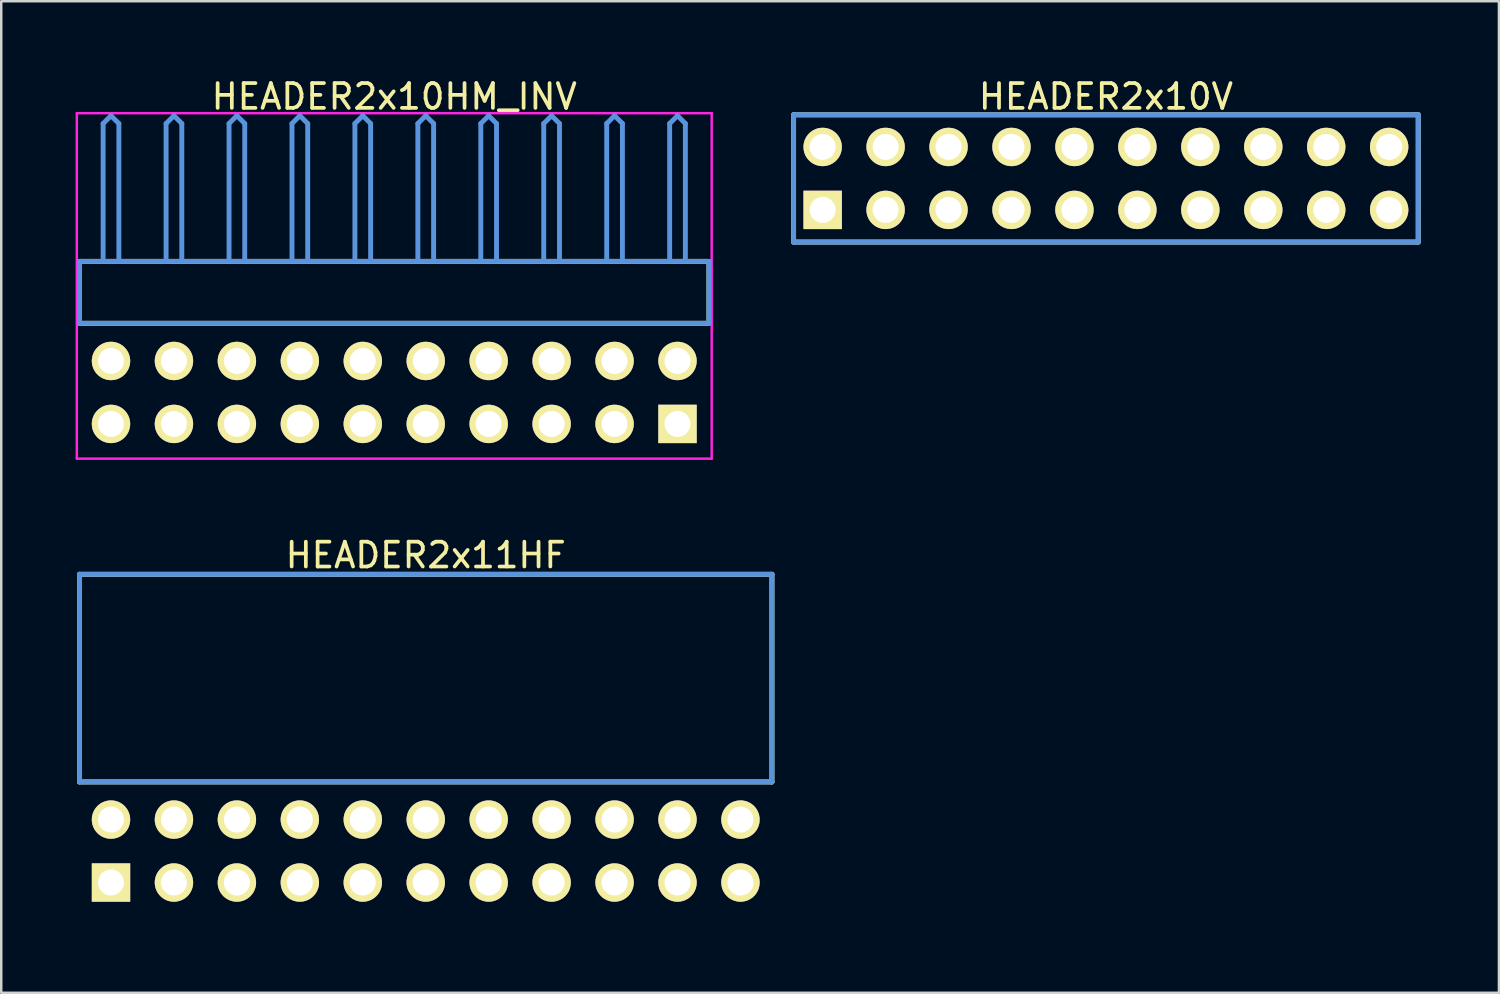
<source format=kicad_pcb>
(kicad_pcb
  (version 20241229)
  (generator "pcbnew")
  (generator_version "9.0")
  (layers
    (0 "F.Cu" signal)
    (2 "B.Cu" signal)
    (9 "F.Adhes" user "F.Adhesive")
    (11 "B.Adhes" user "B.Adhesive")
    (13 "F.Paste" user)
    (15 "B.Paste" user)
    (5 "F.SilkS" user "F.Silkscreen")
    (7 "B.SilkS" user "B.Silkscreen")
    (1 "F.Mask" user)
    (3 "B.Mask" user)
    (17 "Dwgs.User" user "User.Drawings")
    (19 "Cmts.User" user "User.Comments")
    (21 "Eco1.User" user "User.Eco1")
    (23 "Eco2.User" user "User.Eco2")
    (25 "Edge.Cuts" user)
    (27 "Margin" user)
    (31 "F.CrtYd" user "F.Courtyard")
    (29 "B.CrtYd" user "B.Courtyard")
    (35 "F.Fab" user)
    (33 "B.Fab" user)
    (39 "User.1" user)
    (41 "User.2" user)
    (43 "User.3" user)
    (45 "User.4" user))
  (footprint "HEADER2x11HF"
    (layer "F.Cu")
    (at 1.429 32.562)
    (property "Reference" "HEADER2x11HF" (at 12.7 -13.208 0) (layer "F.SilkS") (effects (font (size 1.001 1.001) (thickness 0.15))))
    (attr through_hole)
    (fp_line (start -1.27 -12.438) (end -1.27 -4.059) (stroke (width 0.198) (type solid)) (layer "F.SilkS"))
    (fp_line (start -1.27 -4.059) (end 26.67 -4.059) (stroke (width 0.198) (type solid)) (layer "F.SilkS"))
    (fp_line (start 26.67 -12.438) (end -1.27 -12.438) (stroke (width 0.198) (type solid)) (layer "F.SilkS"))
    (fp_line (start 26.67 -4.059) (end 26.67 -12.438) (stroke (width 0.198) (type solid)) (layer "F.SilkS"))
    (fp_line (start -1.27 -12.438) (end -1.27 -4.059) (stroke (width 0.198) (type solid)) (layer "Cmts.User"))
    (fp_line (start -1.27 -4.059) (end 26.67 -4.059) (stroke (width 0.198) (type solid)) (layer "Cmts.User"))
    (fp_line (start 26.67 -12.438) (end -1.27 -12.438) (stroke (width 0.198) (type solid)) (layer "Cmts.User"))
    (fp_line (start 26.67 -4.059) (end 26.67 -12.438) (stroke (width 0.198) (type solid)) (layer "Cmts.User"))
    (fp_line (start -1.379 -12.54) (end 26.779 -12.54) (stroke (width 0.099) (type solid)) (layer "Eco1.User"))
    (fp_line (start -1.379 1.4) (end -1.379 -12.54) (stroke (width 0.099) (type solid)) (layer "Eco1.User"))
    (fp_line (start 26.779 -12.54) (end 26.779 1.4) (stroke (width 0.099) (type solid)) (layer "Eco1.User"))
    (fp_line (start 26.779 1.4) (end -1.379 1.4) (stroke (width 0.099) (type solid)) (layer "Eco1.User"))
    (pad "1" thru_hole rect (at 0 0) (size 1.549 1.549) (drill 1.049) (layers "*.Cu" "*.Mask" "F.SilkS"))
    (pad "2" thru_hole circle (at 0 -2.54) (size 1.549 1.549) (drill 1.049) (layers "*.Cu" "*.Mask" "F.SilkS"))
    (pad "3" thru_hole circle (at 2.54 0) (size 1.549 1.549) (drill 1.049) (layers "*.Cu" "*.Mask" "F.SilkS"))
    (pad "4" thru_hole circle (at 2.54 -2.54) (size 1.549 1.549) (drill 1.049) (layers "*.Cu" "*.Mask" "F.SilkS"))
    (pad "5" thru_hole circle (at 5.08 0) (size 1.549 1.549) (drill 1.049) (layers "*.Cu" "*.Mask" "F.SilkS"))
    (pad "6" thru_hole circle (at 5.08 -2.54) (size 1.549 1.549) (drill 1.049) (layers "*.Cu" "*.Mask" "F.SilkS"))
    (pad "7" thru_hole circle (at 7.62 0) (size 1.549 1.549) (drill 1.049) (layers "*.Cu" "*.Mask" "F.SilkS"))
    (pad "8" thru_hole circle (at 7.62 -2.54) (size 1.549 1.549) (drill 1.049) (layers "*.Cu" "*.Mask" "F.SilkS"))
    (pad "9" thru_hole circle (at 10.16 0) (size 1.549 1.549) (drill 1.049) (layers "*.Cu" "*.Mask" "F.SilkS"))
    (pad "10" thru_hole circle (at 10.16 -2.54) (size 1.549 1.549) (drill 1.049) (layers "*.Cu" "*.Mask" "F.SilkS"))
    (pad "11" thru_hole circle (at 12.7 0) (size 1.549 1.549) (drill 1.049) (layers "*.Cu" "*.Mask" "F.SilkS"))
    (pad "12" thru_hole circle (at 12.7 -2.54) (size 1.549 1.549) (drill 1.049) (layers "*.Cu" "*.Mask" "F.SilkS"))
    (pad "13" thru_hole circle (at 15.24 0) (size 1.549 1.549) (drill 1.049) (layers "*.Cu" "*.Mask" "F.SilkS"))
    (pad "14" thru_hole circle (at 15.24 -2.54) (size 1.549 1.549) (drill 1.049) (layers "*.Cu" "*.Mask" "F.SilkS"))
    (pad "15" thru_hole circle (at 17.78 0) (size 1.549 1.549) (drill 1.049) (layers "*.Cu" "*.Mask" "F.SilkS"))
    (pad "16" thru_hole circle (at 17.78 -2.54) (size 1.549 1.549) (drill 1.049) (layers "*.Cu" "*.Mask" "F.SilkS"))
    (pad "17" thru_hole circle (at 20.32 0) (size 1.549 1.549) (drill 1.049) (layers "*.Cu" "*.Mask" "F.SilkS"))
    (pad "18" thru_hole circle (at 20.32 -2.54) (size 1.549 1.549) (drill 1.049) (layers "*.Cu" "*.Mask" "F.SilkS"))
    (pad "19" thru_hole circle (at 22.86 0) (size 1.549 1.549) (drill 1.049) (layers "*.Cu" "*.Mask" "F.SilkS"))
    (pad "20" thru_hole circle (at 22.86 -2.54) (size 1.549 1.549) (drill 1.049) (layers "*.Cu" "*.Mask" "F.SilkS"))
    (pad "21" thru_hole circle (at 25.4 0) (size 1.549 1.549) (drill 1.049) (layers "*.Cu" "*.Mask" "F.SilkS"))
    (pad "22" thru_hole circle (at 25.4 -2.54) (size 1.549 1.549) (drill 1.049) (layers "*.Cu" "*.Mask" "F.SilkS")))
  (footprint "HEADER2x10V"
    (layer "F.Cu")
    (at 30.146 5.42)
    (property "Reference" "HEADER2x10V" (at 11.43 -4.572 0) (layer "F.SilkS") (effects (font (size 1.001 1.001) (thickness 0.15))))
    (attr through_hole)
    (fp_line (start -1.173 -3.838) (end -1.173 1.298) (stroke (width 0.198) (type solid)) (layer "F.SilkS"))
    (fp_line (start -1.173 1.298) (end 24.033 1.298) (stroke (width 0.198) (type solid)) (layer "F.SilkS"))
    (fp_line (start 24.033 -3.838) (end -1.173 -3.838) (stroke (width 0.198) (type solid)) (layer "F.SilkS"))
    (fp_line (start 24.033 1.298) (end 24.033 -3.838) (stroke (width 0.198) (type solid)) (layer "F.SilkS"))
    (fp_line (start -1.173 -3.838) (end -1.173 1.298) (stroke (width 0.198) (type solid)) (layer "Cmts.User"))
    (fp_line (start -1.173 1.298) (end 24.033 1.298) (stroke (width 0.198) (type solid)) (layer "Cmts.User"))
    (fp_line (start 24.033 -3.838) (end -1.173 -3.838) (stroke (width 0.198) (type solid)) (layer "Cmts.User"))
    (fp_line (start 24.033 1.298) (end 24.033 -3.838) (stroke (width 0.198) (type solid)) (layer "Cmts.User"))
    (fp_line (start -1.379 -3.94) (end -1.379 1.4) (stroke (width 0.099) (type solid)) (layer "Eco1.User"))
    (fp_line (start -1.379 1.4) (end 24.239 1.4) (stroke (width 0.099) (type solid)) (layer "Eco1.User"))
    (fp_line (start 24.239 -3.94) (end -1.379 -3.94) (stroke (width 0.099) (type solid)) (layer "Eco1.User"))
    (fp_line (start 24.239 1.4) (end 24.239 -3.94) (stroke (width 0.099) (type solid)) (layer "Eco1.User"))
    (pad "1" thru_hole rect (at 0 0) (size 1.549 1.549) (drill 1.049) (layers "*.Cu" "*.Mask" "F.SilkS"))
    (pad "2" thru_hole circle (at 0 -2.54) (size 1.549 1.549) (drill 1.049) (layers "*.Cu" "*.Mask" "F.SilkS"))
    (pad "3" thru_hole circle (at 2.54 0) (size 1.549 1.549) (drill 1.049) (layers "*.Cu" "*.Mask" "F.SilkS"))
    (pad "4" thru_hole circle (at 2.54 -2.54) (size 1.549 1.549) (drill 1.049) (layers "*.Cu" "*.Mask" "F.SilkS"))
    (pad "5" thru_hole circle (at 5.08 0) (size 1.549 1.549) (drill 1.049) (layers "*.Cu" "*.Mask" "F.SilkS"))
    (pad "6" thru_hole circle (at 5.08 -2.54) (size 1.549 1.549) (drill 1.049) (layers "*.Cu" "*.Mask" "F.SilkS"))
    (pad "7" thru_hole circle (at 7.62 0) (size 1.549 1.549) (drill 1.049) (layers "*.Cu" "*.Mask" "F.SilkS"))
    (pad "8" thru_hole circle (at 7.62 -2.54) (size 1.549 1.549) (drill 1.049) (layers "*.Cu" "*.Mask" "F.SilkS"))
    (pad "9" thru_hole circle (at 10.16 0) (size 1.549 1.549) (drill 1.049) (layers "*.Cu" "*.Mask" "F.SilkS"))
    (pad "10" thru_hole circle (at 10.16 -2.54) (size 1.549 1.549) (drill 1.049) (layers "*.Cu" "*.Mask" "F.SilkS"))
    (pad "11" thru_hole circle (at 12.7 0) (size 1.549 1.549) (drill 1.049) (layers "*.Cu" "*.Mask" "F.SilkS"))
    (pad "12" thru_hole circle (at 12.7 -2.54) (size 1.549 1.549) (drill 1.049) (layers "*.Cu" "*.Mask" "F.SilkS"))
    (pad "13" thru_hole circle (at 15.24 0) (size 1.549 1.549) (drill 1.049) (layers "*.Cu" "*.Mask" "F.SilkS"))
    (pad "14" thru_hole circle (at 15.24 -2.54) (size 1.549 1.549) (drill 1.049) (layers "*.Cu" "*.Mask" "F.SilkS"))
    (pad "15" thru_hole circle (at 17.78 0) (size 1.549 1.549) (drill 1.049) (layers "*.Cu" "*.Mask" "F.SilkS"))
    (pad "16" thru_hole circle (at 17.78 -2.54) (size 1.549 1.549) (drill 1.049) (layers "*.Cu" "*.Mask" "F.SilkS"))
    (pad "17" thru_hole circle (at 20.32 0) (size 1.549 1.549) (drill 1.049) (layers "*.Cu" "*.Mask" "F.SilkS"))
    (pad "18" thru_hole circle (at 20.32 -2.54) (size 1.549 1.549) (drill 1.049) (layers "*.Cu" "*.Mask" "F.SilkS"))
    (pad "19" thru_hole circle (at 22.86 0) (size 1.549 1.549) (drill 1.049) (layers "*.Cu" "*.Mask" "F.SilkS"))
    (pad "20" thru_hole circle (at 22.86 -2.54) (size 1.549 1.549) (drill 1.049) (layers "*.Cu" "*.Mask" "F.SilkS")))
  (footprint "HEADER2x10HM_INV"
    (layer "F.Cu")
    (at 1.429 14.056)
    (property "Reference" "HEADER2x10HM_INV" (at 11.43 -13.208 0) (layer "F.SilkS") (effects (font (size 1.001 1.001) (thickness 0.15))))
    (attr through_hole)
    (fp_line (start -1.27 -6.558) (end -1.27 -4.059) (stroke (width 0.198) (type solid)) (layer "F.SilkS"))
    (fp_line (start -1.27 -4.059) (end 24.13 -4.059) (stroke (width 0.198) (type solid)) (layer "F.SilkS"))
    (fp_line (start 24.13 -6.558) (end -1.27 -6.558) (stroke (width 0.198) (type solid)) (layer "F.SilkS"))
    (fp_line (start 24.13 -4.059) (end 24.13 -6.558) (stroke (width 0.198) (type solid)) (layer "F.SilkS"))
    (fp_line (start -1.27 -6.558) (end -1.27 -4.059) (stroke (width 0.198) (type solid)) (layer "Cmts.User"))
    (fp_line (start -1.27 -4.059) (end 24.13 -4.059) (stroke (width 0.198) (type solid)) (layer "Cmts.User"))
    (fp_line (start -0.318 -12.121) (end 0 -12.438) (stroke (width 0.198) (type solid)) (layer "Cmts.User"))
    (fp_line (start -0.318 -6.599) (end -0.318 -12.121) (stroke (width 0.198) (type solid)) (layer "Cmts.User"))
    (fp_line (start 0.318 -12.121) (end 0 -12.438) (stroke (width 0.198) (type solid)) (layer "Cmts.User"))
    (fp_line (start 0.318 -6.599) (end 0.318 -12.121) (stroke (width 0.198) (type solid)) (layer "Cmts.User"))
    (fp_line (start 2.223 -12.121) (end 2.54 -12.438) (stroke (width 0.198) (type solid)) (layer "Cmts.User"))
    (fp_line (start 2.223 -6.599) (end 2.223 -12.121) (stroke (width 0.198) (type solid)) (layer "Cmts.User"))
    (fp_line (start 2.857 -12.121) (end 2.54 -12.438) (stroke (width 0.198) (type solid)) (layer "Cmts.User"))
    (fp_line (start 2.857 -6.599) (end 2.857 -12.121) (stroke (width 0.198) (type solid)) (layer "Cmts.User"))
    (fp_line (start 4.763 -12.121) (end 5.08 -12.438) (stroke (width 0.198) (type solid)) (layer "Cmts.User"))
    (fp_line (start 4.763 -6.599) (end 4.763 -12.121) (stroke (width 0.198) (type solid)) (layer "Cmts.User"))
    (fp_line (start 5.397 -12.121) (end 5.08 -12.438) (stroke (width 0.198) (type solid)) (layer "Cmts.User"))
    (fp_line (start 5.397 -6.599) (end 5.397 -12.121) (stroke (width 0.198) (type solid)) (layer "Cmts.User"))
    (fp_line (start 7.303 -12.121) (end 7.62 -12.438) (stroke (width 0.198) (type solid)) (layer "Cmts.User"))
    (fp_line (start 7.303 -6.599) (end 7.303 -12.121) (stroke (width 0.198) (type solid)) (layer "Cmts.User"))
    (fp_line (start 7.938 -12.121) (end 7.62 -12.438) (stroke (width 0.198) (type solid)) (layer "Cmts.User"))
    (fp_line (start 7.938 -6.599) (end 7.938 -12.121) (stroke (width 0.198) (type solid)) (layer "Cmts.User"))
    (fp_line (start 9.842 -12.121) (end 10.16 -12.438) (stroke (width 0.198) (type solid)) (layer "Cmts.User"))
    (fp_line (start 9.842 -6.599) (end 9.842 -12.121) (stroke (width 0.198) (type solid)) (layer "Cmts.User"))
    (fp_line (start 10.477 -12.121) (end 10.16 -12.438) (stroke (width 0.198) (type solid)) (layer "Cmts.User"))
    (fp_line (start 10.477 -6.599) (end 10.477 -12.121) (stroke (width 0.198) (type solid)) (layer "Cmts.User"))
    (fp_line (start 12.383 -12.121) (end 12.7 -12.438) (stroke (width 0.198) (type solid)) (layer "Cmts.User"))
    (fp_line (start 12.383 -6.599) (end 12.383 -12.121) (stroke (width 0.198) (type solid)) (layer "Cmts.User"))
    (fp_line (start 13.018 -12.121) (end 12.7 -12.438) (stroke (width 0.198) (type solid)) (layer "Cmts.User"))
    (fp_line (start 13.018 -6.599) (end 13.018 -12.121) (stroke (width 0.198) (type solid)) (layer "Cmts.User"))
    (fp_line (start 14.922 -12.121) (end 15.24 -12.438) (stroke (width 0.198) (type solid)) (layer "Cmts.User"))
    (fp_line (start 14.922 -6.599) (end 14.922 -12.121) (stroke (width 0.198) (type solid)) (layer "Cmts.User"))
    (fp_line (start 15.557 -12.121) (end 15.24 -12.438) (stroke (width 0.198) (type solid)) (layer "Cmts.User"))
    (fp_line (start 15.557 -6.599) (end 15.557 -12.121) (stroke (width 0.198) (type solid)) (layer "Cmts.User"))
    (fp_line (start 17.462 -12.121) (end 17.78 -12.438) (stroke (width 0.198) (type solid)) (layer "Cmts.User"))
    (fp_line (start 17.462 -6.599) (end 17.462 -12.121) (stroke (width 0.198) (type solid)) (layer "Cmts.User"))
    (fp_line (start 18.098 -12.121) (end 17.78 -12.438) (stroke (width 0.198) (type solid)) (layer "Cmts.User"))
    (fp_line (start 18.098 -6.599) (end 18.098 -12.121) (stroke (width 0.198) (type solid)) (layer "Cmts.User"))
    (fp_line (start 20.003 -12.121) (end 20.32 -12.438) (stroke (width 0.198) (type solid)) (layer "Cmts.User"))
    (fp_line (start 20.003 -6.599) (end 20.003 -12.121) (stroke (width 0.198) (type solid)) (layer "Cmts.User"))
    (fp_line (start 20.637 -12.121) (end 20.32 -12.438) (stroke (width 0.198) (type solid)) (layer "Cmts.User"))
    (fp_line (start 20.637 -6.599) (end 20.637 -12.121) (stroke (width 0.198) (type solid)) (layer "Cmts.User"))
    (fp_line (start 22.543 -12.121) (end 22.86 -12.438) (stroke (width 0.198) (type solid)) (layer "Cmts.User"))
    (fp_line (start 22.543 -6.599) (end 22.543 -12.121) (stroke (width 0.198) (type solid)) (layer "Cmts.User"))
    (fp_line (start 23.177 -12.121) (end 22.86 -12.438) (stroke (width 0.198) (type solid)) (layer "Cmts.User"))
    (fp_line (start 23.177 -6.599) (end 23.177 -12.121) (stroke (width 0.198) (type solid)) (layer "Cmts.User"))
    (fp_line (start 24.13 -6.558) (end -1.27 -6.558) (stroke (width 0.198) (type solid)) (layer "Cmts.User"))
    (fp_line (start 24.13 -4.059) (end 24.13 -6.558) (stroke (width 0.198) (type solid)) (layer "Cmts.User"))
    (fp_line (start -1.379 -12.54) (end 24.239 -12.54) (stroke (width 0.099) (type solid)) (layer "F.CrtYd"))
    (fp_line (start -1.379 1.4) (end -1.379 -12.54) (stroke (width 0.099) (type solid)) (layer "F.CrtYd"))
    (fp_line (start 24.239 -12.54) (end 24.239 1.4) (stroke (width 0.099) (type solid)) (layer "F.CrtYd"))
    (fp_line (start 24.239 1.4) (end -1.379 1.4) (stroke (width 0.099) (type solid)) (layer "F.CrtYd"))
    (pad "1" thru_hole rect (at 22.86 0) (size 1.549 1.549) (drill 1.049) (layers "*.Cu" "*.Mask" "F.SilkS"))
    (pad "2" thru_hole circle (at 22.86 -2.54) (size 1.549 1.549) (drill 1.049) (layers "*.Cu" "*.Mask" "F.SilkS"))
    (pad "3" thru_hole circle (at 20.32 0) (size 1.549 1.549) (drill 1.049) (layers "*.Cu" "*.Mask" "F.SilkS"))
    (pad "4" thru_hole circle (at 20.32 -2.54) (size 1.549 1.549) (drill 1.049) (layers "*.Cu" "*.Mask" "F.SilkS"))
    (pad "5" thru_hole circle (at 17.78 0) (size 1.549 1.549) (drill 1.049) (layers "*.Cu" "*.Mask" "F.SilkS"))
    (pad "6" thru_hole circle (at 17.78 -2.54) (size 1.549 1.549) (drill 1.049) (layers "*.Cu" "*.Mask" "F.SilkS"))
    (pad "7" thru_hole circle (at 15.24 0) (size 1.549 1.549) (drill 1.049) (layers "*.Cu" "*.Mask" "F.SilkS"))
    (pad "8" thru_hole circle (at 15.24 -2.54) (size 1.549 1.549) (drill 1.049) (layers "*.Cu" "*.Mask" "F.SilkS"))
    (pad "9" thru_hole circle (at 12.7 0) (size 1.549 1.549) (drill 1.049) (layers "*.Cu" "*.Mask" "F.SilkS"))
    (pad "10" thru_hole circle (at 12.7 -2.54) (size 1.549 1.549) (drill 1.049) (layers "*.Cu" "*.Mask" "F.SilkS"))
    (pad "11" thru_hole circle (at 10.16 0) (size 1.549 1.549) (drill 1.049) (layers "*.Cu" "*.Mask" "F.SilkS"))
    (pad "12" thru_hole circle (at 10.16 -2.54) (size 1.549 1.549) (drill 1.049) (layers "*.Cu" "*.Mask" "F.SilkS"))
    (pad "13" thru_hole circle (at 7.62 0) (size 1.549 1.549) (drill 1.049) (layers "*.Cu" "*.Mask" "F.SilkS"))
    (pad "14" thru_hole circle (at 7.62 -2.54) (size 1.549 1.549) (drill 1.049) (layers "*.Cu" "*.Mask" "F.SilkS"))
    (pad "15" thru_hole circle (at 5.08 0) (size 1.549 1.549) (drill 1.049) (layers "*.Cu" "*.Mask" "F.SilkS"))
    (pad "16" thru_hole circle (at 5.08 -2.54) (size 1.549 1.549) (drill 1.049) (layers "*.Cu" "*.Mask" "F.SilkS"))
    (pad "17" thru_hole circle (at 2.54 0) (size 1.549 1.549) (drill 1.049) (layers "*.Cu" "*.Mask" "F.SilkS"))
    (pad "18" thru_hole circle (at 2.54 -2.54) (size 1.549 1.549) (drill 1.049) (layers "*.Cu" "*.Mask" "F.SilkS"))
    (pad "19" thru_hole circle (at 0 0) (size 1.549 1.549) (drill 1.049) (layers "*.Cu" "*.Mask" "F.SilkS"))
    (pad "20" thru_hole circle (at 0 -2.54) (size 1.549 1.549) (drill 1.049) (layers "*.Cu" "*.Mask" "F.SilkS")))
  (gr_rect
    (start -3 -3)
    (end 57.435 37.011)
    (stroke (width 0.1) (type default))
    (fill no)
    (layer "Edge.Cuts")))
</source>
